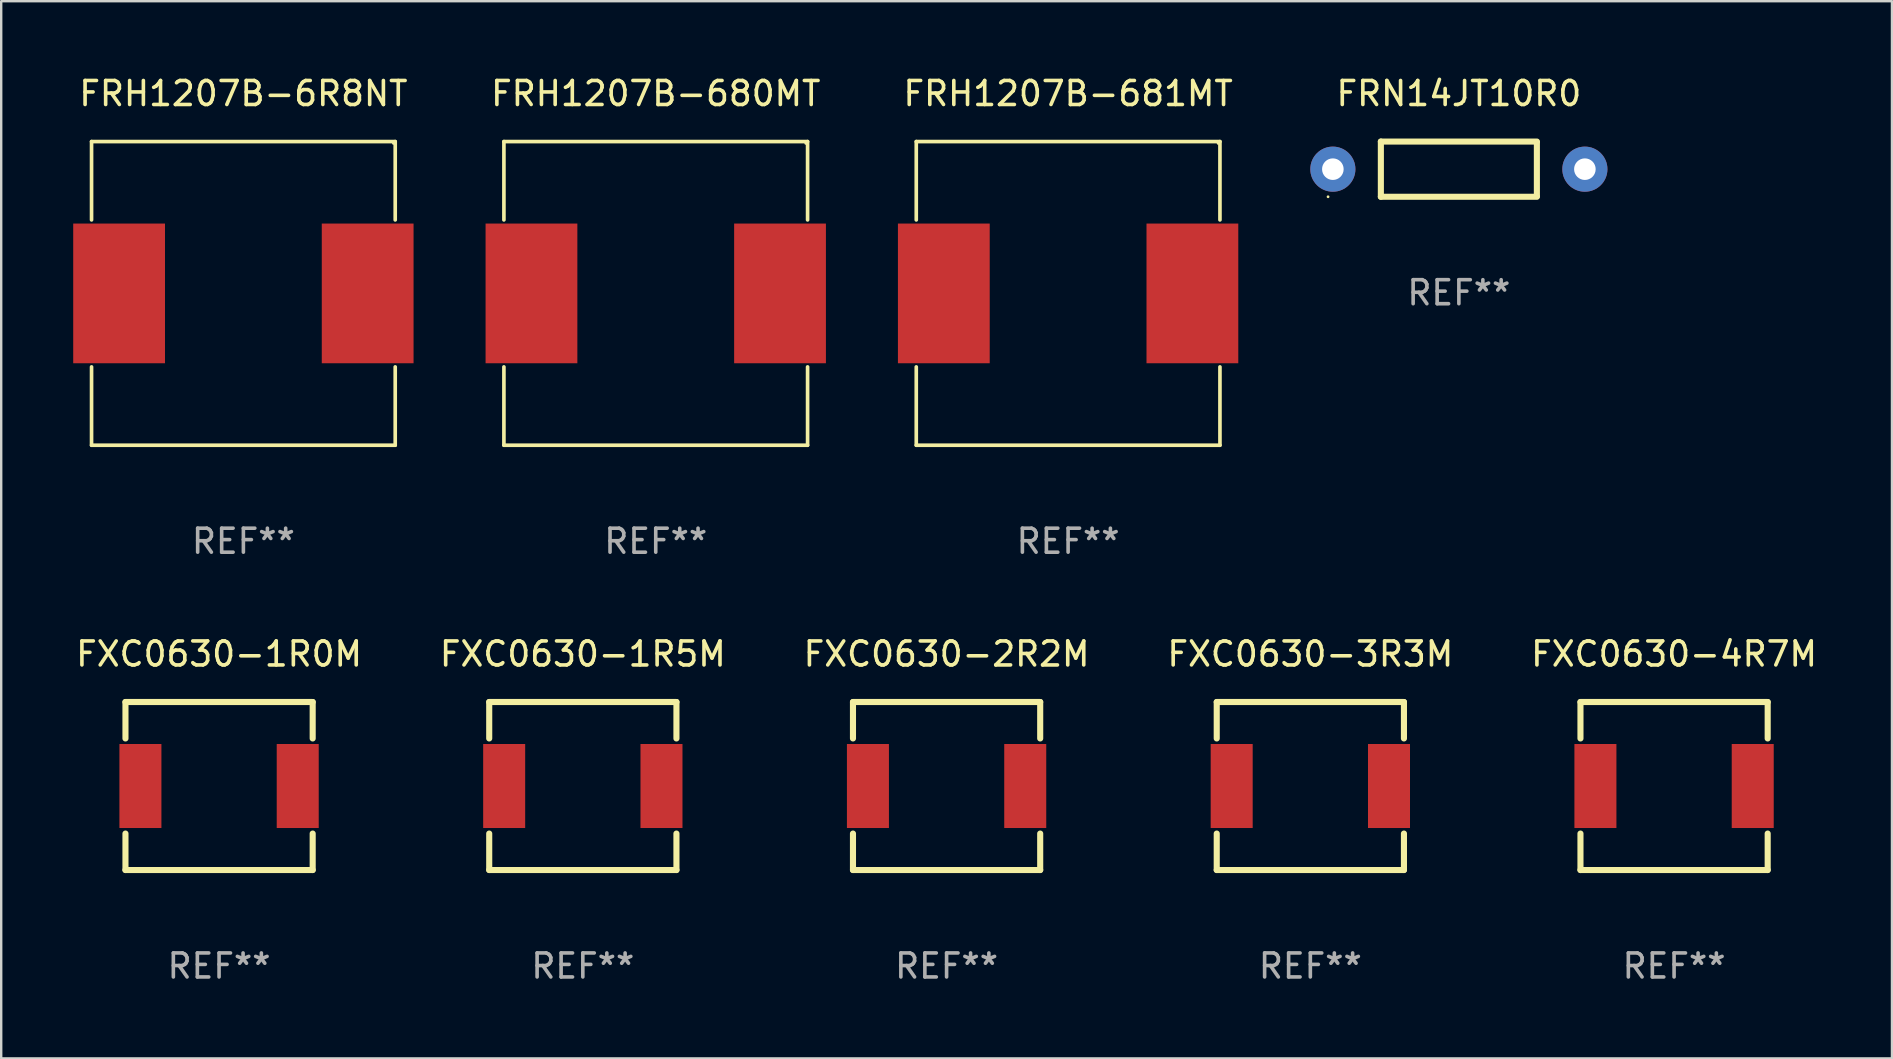
<source format=kicad_pcb>
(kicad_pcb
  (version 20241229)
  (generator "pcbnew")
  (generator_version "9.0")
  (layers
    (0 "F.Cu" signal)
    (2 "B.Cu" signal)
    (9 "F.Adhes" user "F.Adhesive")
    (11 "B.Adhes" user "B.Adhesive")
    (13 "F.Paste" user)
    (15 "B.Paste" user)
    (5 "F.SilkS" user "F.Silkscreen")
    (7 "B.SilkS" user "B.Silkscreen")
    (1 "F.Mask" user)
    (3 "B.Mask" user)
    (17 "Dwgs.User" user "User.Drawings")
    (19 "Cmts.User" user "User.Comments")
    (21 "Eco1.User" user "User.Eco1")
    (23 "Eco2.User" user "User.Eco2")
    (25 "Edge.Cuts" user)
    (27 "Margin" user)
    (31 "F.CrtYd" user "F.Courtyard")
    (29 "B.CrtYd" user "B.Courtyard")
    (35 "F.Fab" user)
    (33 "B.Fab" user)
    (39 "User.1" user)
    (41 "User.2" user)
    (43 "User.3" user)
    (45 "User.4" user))
  (footprint "FRH1207B-680MT"
    (layer "F.Cu")
    (at 24.27 9.174)
    (property "Reference" "FRH1207B-680MT" (at 0 -8.326 0) (layer "F.SilkS") (effects (font (size 1 1) (thickness 0.15))))
    (attr through_hole)
    (fp_line (start -6.326 -6.326) (end 6.326 -6.326) (stroke (width 0.152) (type solid)) (layer "F.SilkS"))
    (fp_line (start -6.326 -3.062) (end -6.326 -6.326) (stroke (width 0.152) (type solid)) (layer "F.SilkS"))
    (fp_line (start -6.326 3.062) (end -6.326 6.326) (stroke (width 0.152) (type solid)) (layer "F.SilkS"))
    (fp_line (start -6.326 6.326) (end 6.326 6.326) (stroke (width 0.152) (type solid)) (layer "F.SilkS"))
    (fp_line (start 6.326 -6.326) (end 6.326 -3.062) (stroke (width 0.152) (type solid)) (layer "F.SilkS"))
    (fp_line (start 6.326 6.326) (end 6.326 3.062) (stroke (width 0.152) (type solid)) (layer "F.SilkS"))
    (fp_circle (center 6.25 -6.25) (end 6.28 -6.25) (stroke (width 0.06) (type solid)) (fill no) (layer "F.SilkS"))
    (fp_text user "REF**" (at 0 10.326 0) (layer "F.Fab") (effects (font (size 1 1) (thickness 0.15))))
    (pad "1" smd rect (at 5.178 0) (size 3.824 5.82) (layers "F.Cu" "F.Mask" "F.Paste"))
    (pad "2" smd rect (at -5.178 0) (size 3.824 5.82) (layers "F.Cu" "F.Mask" "F.Paste")))
  (footprint "FRN14JT10R0"
    (layer "F.Cu")
    (at 57.73 3.998)
    (property "Reference" "FRN14JT10R0" (at 0 -3.15 0) (layer "F.SilkS") (effects (font (size 1 1) (thickness 0.15))))
    (attr through_hole)
    (fp_line (start -3.25 -1.15) (end 3.25 -1.15) (stroke (width 0.254) (type solid)) (layer "F.SilkS"))
    (fp_line (start -3.25 1.15) (end -3.25 -1.15) (stroke (width 0.254) (type solid)) (layer "F.SilkS"))
    (fp_line (start 3.25 -1.12) (end 3.25 1.12) (stroke (width 0.254) (type solid)) (layer "F.SilkS"))
    (fp_line (start 3.25 1.15) (end -3.25 1.15) (stroke (width 0.254) (type solid)) (layer "F.SilkS"))
    (fp_circle (center -5.45 1.15) (end -5.42 1.15) (stroke (width 0.06) (type solid)) (fill no) (layer "F.SilkS"))
    (fp_text user "REF**" (at 0 5.15 0) (layer "F.Fab") (effects (font (size 1 1) (thickness 0.15))))
    (pad "1" thru_hole circle (at -5.25 0) (size 1.88 1.88) (drill 0.899) (layers "*.Cu" "*.Mask"))
    (pad "2" thru_hole circle (at 5.25 0) (size 1.88 1.88) (drill 0.899) (layers "*.Cu" "*.Mask")))
  (footprint "FXC0630-1R0M"
    (layer "F.Cu")
    (at 6.077 29.697)
    (property "Reference" "FXC0630-1R0M" (at 0 -5.5 0) (layer "F.SilkS") (effects (font (size 1 1) (thickness 0.15))))
    (attr through_hole)
    (fp_line (start -3.9 -3.5) (end -3.9 -1.981) (stroke (width 0.254) (type solid)) (layer "F.SilkS"))
    (fp_line (start -3.9 -3.5) (end 3.9 -3.5) (stroke (width 0.254) (type solid)) (layer "F.SilkS"))
    (fp_line (start -3.9 1.981) (end -3.9 3.5) (stroke (width 0.254) (type solid)) (layer "F.SilkS"))
    (fp_line (start -3.9 3.5) (end 3.9 3.5) (stroke (width 0.254) (type solid)) (layer "F.SilkS"))
    (fp_line (start 3.9 -3.5) (end 3.9 -1.981) (stroke (width 0.254) (type solid)) (layer "F.SilkS"))
    (fp_line (start 3.9 1.981) (end 3.9 3.5) (stroke (width 0.254) (type solid)) (layer "F.SilkS"))
    (fp_circle (center -3.9 3.5) (end -3.87 3.5) (stroke (width 0.06) (type solid)) (fill no) (layer "F.SilkS"))
    (fp_text user "REF**" (at 0 7.5 0) (layer "F.Fab") (effects (font (size 1 1) (thickness 0.15))))
    (pad "1" smd rect (at -3.277 0 90) (size 3.5 1.75) (layers "F.Cu" "F.Mask" "F.Paste"))
    (pad "2" smd rect (at 3.277 0 90) (size 3.5 1.75) (layers "F.Cu" "F.Mask" "F.Paste")))
  (footprint "FXC0630-2R2M"
    (layer "F.Cu")
    (at 36.387 29.697)
    (property "Reference" "FXC0630-2R2M" (at 0 -5.5 0) (layer "F.SilkS") (effects (font (size 1 1) (thickness 0.15))))
    (attr through_hole)
    (fp_line (start -3.9 -3.5) (end -3.9 -1.981) (stroke (width 0.254) (type solid)) (layer "F.SilkS"))
    (fp_line (start -3.9 -3.5) (end 3.9 -3.5) (stroke (width 0.254) (type solid)) (layer "F.SilkS"))
    (fp_line (start -3.9 1.981) (end -3.9 3.5) (stroke (width 0.254) (type solid)) (layer "F.SilkS"))
    (fp_line (start -3.9 3.5) (end 3.9 3.5) (stroke (width 0.254) (type solid)) (layer "F.SilkS"))
    (fp_line (start 3.9 -3.5) (end 3.9 -1.981) (stroke (width 0.254) (type solid)) (layer "F.SilkS"))
    (fp_line (start 3.9 1.981) (end 3.9 3.5) (stroke (width 0.254) (type solid)) (layer "F.SilkS"))
    (fp_circle (center -3.9 3.5) (end -3.87 3.5) (stroke (width 0.06) (type solid)) (fill no) (layer "F.SilkS"))
    (fp_text user "REF**" (at 0 7.5 0) (layer "F.Fab") (effects (font (size 1 1) (thickness 0.15))))
    (pad "1" smd rect (at -3.277 0 90) (size 3.5 1.75) (layers "F.Cu" "F.Mask" "F.Paste"))
    (pad "2" smd rect (at 3.277 0 90) (size 3.5 1.75) (layers "F.Cu" "F.Mask" "F.Paste")))
  (footprint "FXC0630-1R5M"
    (layer "F.Cu")
    (at 21.232 29.697)
    (property "Reference" "FXC0630-1R5M" (at 0 -5.5 0) (layer "F.SilkS") (effects (font (size 1 1) (thickness 0.15))))
    (attr through_hole)
    (fp_line (start -3.9 -3.5) (end -3.9 -1.981) (stroke (width 0.254) (type solid)) (layer "F.SilkS"))
    (fp_line (start -3.9 -3.5) (end 3.9 -3.5) (stroke (width 0.254) (type solid)) (layer "F.SilkS"))
    (fp_line (start -3.9 1.981) (end -3.9 3.5) (stroke (width 0.254) (type solid)) (layer "F.SilkS"))
    (fp_line (start -3.9 3.5) (end 3.9 3.5) (stroke (width 0.254) (type solid)) (layer "F.SilkS"))
    (fp_line (start 3.9 -3.5) (end 3.9 -1.981) (stroke (width 0.254) (type solid)) (layer "F.SilkS"))
    (fp_line (start 3.9 1.981) (end 3.9 3.5) (stroke (width 0.254) (type solid)) (layer "F.SilkS"))
    (fp_circle (center -3.9 3.5) (end -3.87 3.5) (stroke (width 0.06) (type solid)) (fill no) (layer "F.SilkS"))
    (fp_text user "REF**" (at 0 7.5 0) (layer "F.Fab") (effects (font (size 1 1) (thickness 0.15))))
    (pad "1" smd rect (at -3.277 0 90) (size 3.5 1.75) (layers "F.Cu" "F.Mask" "F.Paste"))
    (pad "2" smd rect (at 3.277 0 90) (size 3.5 1.75) (layers "F.Cu" "F.Mask" "F.Paste")))
  (footprint "FRH1207B-681MT"
    (layer "F.Cu")
    (at 41.45 9.174)
    (property "Reference" "FRH1207B-681MT" (at 0 -8.326 0) (layer "F.SilkS") (effects (font (size 1 1) (thickness 0.15))))
    (attr through_hole)
    (fp_line (start -6.326 -6.326) (end 6.326 -6.326) (stroke (width 0.152) (type solid)) (layer "F.SilkS"))
    (fp_line (start -6.326 -3.062) (end -6.326 -6.326) (stroke (width 0.152) (type solid)) (layer "F.SilkS"))
    (fp_line (start -6.326 3.062) (end -6.326 6.326) (stroke (width 0.152) (type solid)) (layer "F.SilkS"))
    (fp_line (start -6.326 6.326) (end 6.326 6.326) (stroke (width 0.152) (type solid)) (layer "F.SilkS"))
    (fp_line (start 6.326 -6.326) (end 6.326 -3.062) (stroke (width 0.152) (type solid)) (layer "F.SilkS"))
    (fp_line (start 6.326 6.326) (end 6.326 3.062) (stroke (width 0.152) (type solid)) (layer "F.SilkS"))
    (fp_circle (center 6.25 -6.25) (end 6.28 -6.25) (stroke (width 0.06) (type solid)) (fill no) (layer "F.SilkS"))
    (fp_text user "REF**" (at 0 10.326 0) (layer "F.Fab") (effects (font (size 1 1) (thickness 0.15))))
    (pad "1" smd rect (at 5.178 0) (size 3.824 5.82) (layers "F.Cu" "F.Mask" "F.Paste"))
    (pad "2" smd rect (at -5.178 0) (size 3.824 5.82) (layers "F.Cu" "F.Mask" "F.Paste")))
  (footprint "FXC0630-4R7M"
    (layer "F.Cu")
    (at 66.696 29.697)
    (property "Reference" "FXC0630-4R7M" (at 0 -5.5 0) (layer "F.SilkS") (effects (font (size 1 1) (thickness 0.15))))
    (attr through_hole)
    (fp_line (start -3.9 -3.5) (end -3.9 -1.981) (stroke (width 0.254) (type solid)) (layer "F.SilkS"))
    (fp_line (start -3.9 -3.5) (end 3.9 -3.5) (stroke (width 0.254) (type solid)) (layer "F.SilkS"))
    (fp_line (start -3.9 1.981) (end -3.9 3.5) (stroke (width 0.254) (type solid)) (layer "F.SilkS"))
    (fp_line (start -3.9 3.5) (end 3.9 3.5) (stroke (width 0.254) (type solid)) (layer "F.SilkS"))
    (fp_line (start 3.9 -3.5) (end 3.9 -1.981) (stroke (width 0.254) (type solid)) (layer "F.SilkS"))
    (fp_line (start 3.9 1.981) (end 3.9 3.5) (stroke (width 0.254) (type solid)) (layer "F.SilkS"))
    (fp_circle (center -3.9 3.5) (end -3.87 3.5) (stroke (width 0.06) (type solid)) (fill no) (layer "F.SilkS"))
    (fp_text user "REF**" (at 0 7.5 0) (layer "F.Fab") (effects (font (size 1 1) (thickness 0.15))))
    (pad "1" smd rect (at -3.277 0 90) (size 3.5 1.75) (layers "F.Cu" "F.Mask" "F.Paste"))
    (pad "2" smd rect (at 3.277 0 90) (size 3.5 1.75) (layers "F.Cu" "F.Mask" "F.Paste")))
  (footprint "FRH1207B-6R8NT"
    (layer "F.Cu")
    (at 7.09 9.174)
    (property "Reference" "FRH1207B-6R8NT" (at 0 -8.326 0) (layer "F.SilkS") (effects (font (size 1 1) (thickness 0.15))))
    (attr through_hole)
    (fp_line (start -6.326 -6.326) (end 6.326 -6.326) (stroke (width 0.152) (type solid)) (layer "F.SilkS"))
    (fp_line (start -6.326 -3.062) (end -6.326 -6.326) (stroke (width 0.152) (type solid)) (layer "F.SilkS"))
    (fp_line (start -6.326 3.062) (end -6.326 6.326) (stroke (width 0.152) (type solid)) (layer "F.SilkS"))
    (fp_line (start -6.326 6.326) (end 6.326 6.326) (stroke (width 0.152) (type solid)) (layer "F.SilkS"))
    (fp_line (start 6.326 -6.326) (end 6.326 -3.062) (stroke (width 0.152) (type solid)) (layer "F.SilkS"))
    (fp_line (start 6.326 6.326) (end 6.326 3.062) (stroke (width 0.152) (type solid)) (layer "F.SilkS"))
    (fp_circle (center 6.25 -6.25) (end 6.28 -6.25) (stroke (width 0.06) (type solid)) (fill no) (layer "F.SilkS"))
    (fp_text user "REF**" (at 0 10.326 0) (layer "F.Fab") (effects (font (size 1 1) (thickness 0.15))))
    (pad "1" smd rect (at 5.178 0) (size 3.824 5.82) (layers "F.Cu" "F.Mask" "F.Paste"))
    (pad "2" smd rect (at -5.178 0) (size 3.824 5.82) (layers "F.Cu" "F.Mask" "F.Paste")))
  (footprint "FXC0630-3R3M"
    (layer "F.Cu")
    (at 51.542 29.697)
    (property "Reference" "FXC0630-3R3M" (at 0 -5.5 0) (layer "F.SilkS") (effects (font (size 1 1) (thickness 0.15))))
    (attr through_hole)
    (fp_line (start -3.9 -3.5) (end -3.9 -1.981) (stroke (width 0.254) (type solid)) (layer "F.SilkS"))
    (fp_line (start -3.9 -3.5) (end 3.9 -3.5) (stroke (width 0.254) (type solid)) (layer "F.SilkS"))
    (fp_line (start -3.9 1.981) (end -3.9 3.5) (stroke (width 0.254) (type solid)) (layer "F.SilkS"))
    (fp_line (start -3.9 3.5) (end 3.9 3.5) (stroke (width 0.254) (type solid)) (layer "F.SilkS"))
    (fp_line (start 3.9 -3.5) (end 3.9 -1.981) (stroke (width 0.254) (type solid)) (layer "F.SilkS"))
    (fp_line (start 3.9 1.981) (end 3.9 3.5) (stroke (width 0.254) (type solid)) (layer "F.SilkS"))
    (fp_circle (center -3.9 3.5) (end -3.87 3.5) (stroke (width 0.06) (type solid)) (fill no) (layer "F.SilkS"))
    (fp_text user "REF**" (at 0 7.5 0) (layer "F.Fab") (effects (font (size 1 1) (thickness 0.15))))
    (pad "1" smd rect (at -3.277 0 90) (size 3.5 1.75) (layers "F.Cu" "F.Mask" "F.Paste"))
    (pad "2" smd rect (at 3.277 0 90) (size 3.5 1.75) (layers "F.Cu" "F.Mask" "F.Paste")))
  (gr_rect
    (start -3 -3)
    (end 75.774 41.045)
    (stroke (width 0.1) (type default))
    (fill no)
    (layer "Edge.Cuts")))
</source>
